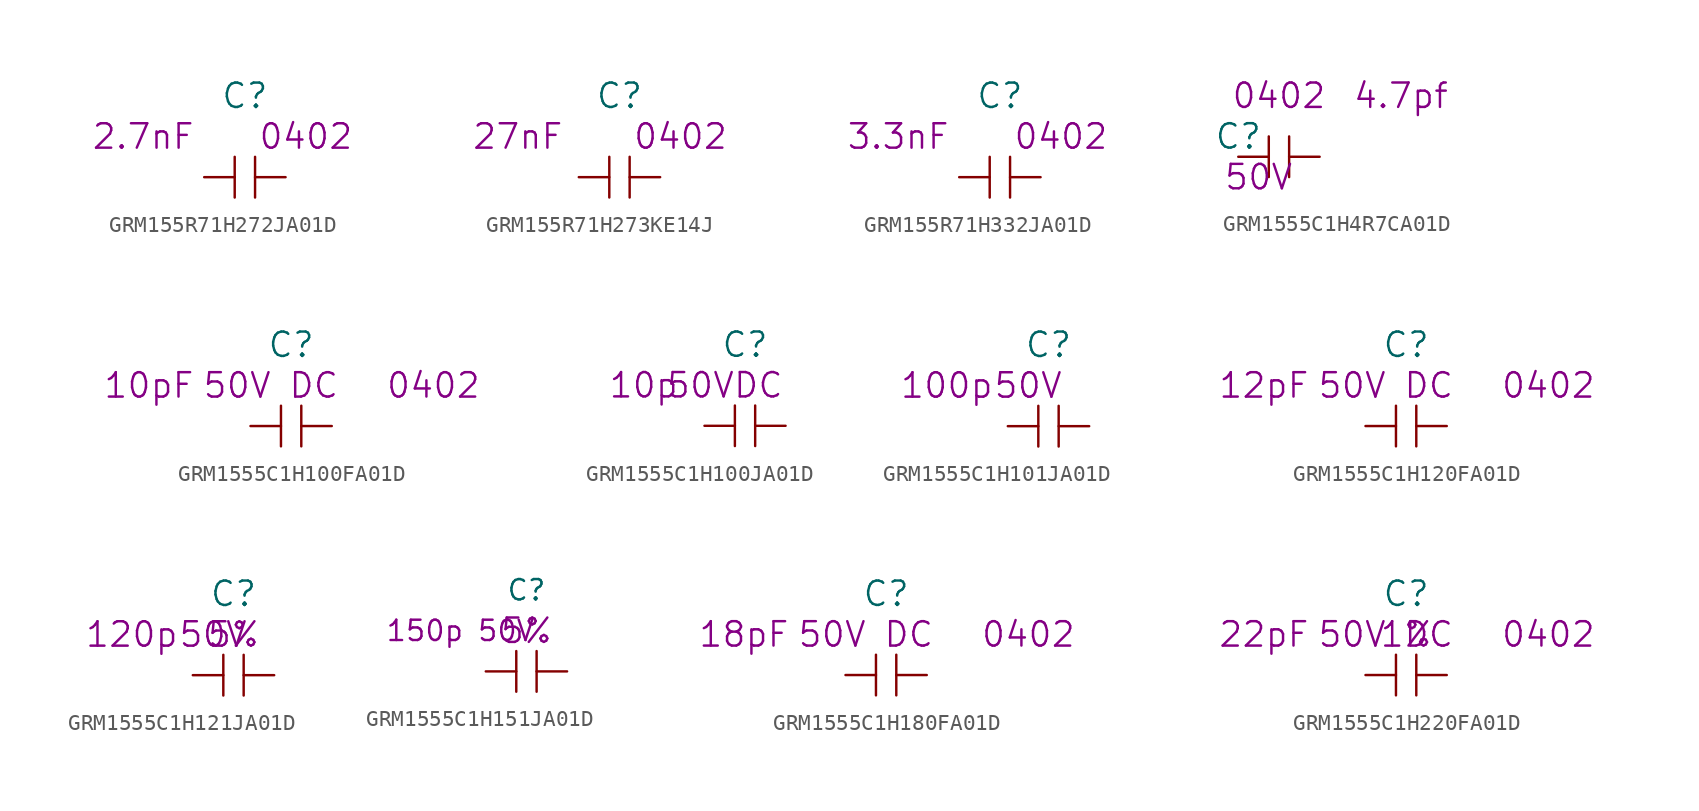
<source format=kicad_sym>
(kicad_symbol_lib
  (version 20220914)
  (generator kicad_symbol_editor)
  (symbol "GRM155R71H272JA01D"
    (pin_numbers hide)
    (pin_names
      (offset 1.016) hide)
    (property "Reference" "C"
      (at 0 5.08 0)
      (effects (font (size 1.524 1.524))))
    (property "Datasheet" ""
      (at 0 5.08 0)
      (effects (font (size 1.524 1.524))))
    (property "Value2" "2.7nF"
      (at -6.35 2.54 0)
      (effects (font (size 1.524 1.524))))
    (property "Size" "0402"
      (at 3.81 2.54 0)
      (effects (font (size 1.524 1.524))))
    (symbol "GRM155R71H272JA01D_0_1"
      (polyline (pts (xy -0.635 -1.27) (xy -0.635 1.27)) (stroke (width 0) (type solid)) (fill (type none)))
      (polyline (pts (xy 0.635 1.27) (xy 0.635 -1.27)) (stroke (width 0) (type solid)) (fill (type none))))
    (symbol "GRM155R71H272JA01D_1_1"
      (pin passive line (at -2.54 0 0) (length 1.905) (name "1" (effects (font (size 1.27 1.27)))) (number "1" (effects (font (size 1.27 1.27)))))
      (pin passive line (at 2.54 0 180) (length 1.905) (name "2" (effects (font (size 1.27 1.27)))) (number "2" (effects (font (size 1.27 1.27)))))))
  (symbol "GRM155R71H273KE14J"
    (pin_numbers hide)
    (pin_names
      (offset 1.016) hide)
    (property "Reference" "C"
      (at 0 5.08 0)
      (effects (font (size 1.524 1.524))))
    (property "Datasheet" ""
      (at 0 5.08 0)
      (effects (font (size 1.524 1.524))))
    (property "Value2" "27nF"
      (at -6.35 2.54 0)
      (effects (font (size 1.524 1.524))))
    (property "Size" "0402"
      (at 3.81 2.54 0)
      (effects (font (size 1.524 1.524))))
    (symbol "GRM155R71H273KE14J_0_1"
      (polyline (pts (xy -0.635 -1.27) (xy -0.635 1.27)) (stroke (width 0) (type solid)) (fill (type none)))
      (polyline (pts (xy 0.635 1.27) (xy 0.635 -1.27)) (stroke (width 0) (type solid)) (fill (type none))))
    (symbol "GRM155R71H273KE14J_1_1"
      (pin passive line (at -2.54 0 0) (length 1.905) (name "1" (effects (font (size 1.27 1.27)))) (number "1" (effects (font (size 1.27 1.27)))))
      (pin passive line (at 2.54 0 180) (length 1.905) (name "2" (effects (font (size 1.27 1.27)))) (number "2" (effects (font (size 1.27 1.27)))))))
  (symbol "GRM155R71H332JA01D"
    (pin_numbers hide)
    (pin_names
      (offset 1.016) hide)
    (property "Reference" "C"
      (at 0 5.08 0)
      (effects (font (size 1.524 1.524))))
    (property "Datasheet" ""
      (at 0 5.08 0)
      (effects (font (size 1.524 1.524))))
    (property "Value2" "3.3nF"
      (at -6.35 2.54 0)
      (effects (font (size 1.524 1.524))))
    (property "Size" "0402"
      (at 3.81 2.54 0)
      (effects (font (size 1.524 1.524))))
    (symbol "GRM155R71H332JA01D_0_1"
      (polyline (pts (xy -0.635 -1.27) (xy -0.635 1.27)) (stroke (width 0) (type solid)) (fill (type none)))
      (polyline (pts (xy 0.635 1.27) (xy 0.635 -1.27)) (stroke (width 0) (type solid)) (fill (type none))))
    (symbol "GRM155R71H332JA01D_1_1"
      (pin passive line (at -2.54 0 0) (length 1.905) (name "1" (effects (font (size 1.27 1.27)))) (number "1" (effects (font (size 1.27 1.27)))))
      (pin passive line (at 2.54 0 180) (length 1.905) (name "2" (effects (font (size 1.27 1.27)))) (number "2" (effects (font (size 1.27 1.27)))))))
  (symbol "GRM1555C1H4R7CA01D"
    (pin_numbers hide)
    (pin_names
      (offset 1.016) hide)
    (property "Reference" "C"
      (at -2.54 1.27 0)
      (effects (font (size 1.524 1.524))))
    (property "Size" "0402"
      (at 0 3.81 0)
      (effects (font (size 1.524 1.524))))
    (property "Volt" "50V"
      (at -1.27 -1.27 0)
      (effects (font (size 1.524 1.524))))
    (property "Value2" "4.7pf"
      (at 7.62 3.81 0)
      (effects (font (size 1.524 1.524))))
    (symbol "GRM1555C1H4R7CA01D_0_1"
      (polyline (pts (xy -0.635 -1.27) (xy -0.635 1.27)) (stroke (width 0) (type solid)) (fill (type none)))
      (polyline (pts (xy 0.635 1.27) (xy 0.635 -1.27)) (stroke (width 0) (type solid)) (fill (type none))))
    (symbol "GRM1555C1H4R7CA01D_1_1"
      (pin passive line (at -2.54 0 0) (length 1.905) (name "1" (effects (font (size 1.27 1.27)))) (number "1" (effects (font (size 1.27 1.27)))))
      (pin passive line (at 2.54 0 180) (length 1.905) (name "2" (effects (font (size 1.27 1.27)))) (number "2" (effects (font (size 1.27 1.27)))))))
  (symbol "GRM1555C1H100FA01D"
    (pin_numbers hide)
    (pin_names
      (offset 1.016) hide)
    (property "Reference" "C"
      (at 0 5.08 0)
      (effects (font (size 1.524 1.524))))
    (property "Datasheet" ""
      (at 0 0 0)
      (effects (font (size 1.524 1.524))))
    (property "Value2" "10pF"
      (at -8.89 2.54 0)
      (effects (font (size 1.524 1.524))))
    (property "Size" "0402"
      (at 8.89 2.54 0)
      (effects (font (size 1.524 1.524))))
    (property "Rating" "50V DC"
      (at -1.27 2.54 0)
      (effects (font (size 1.524 1.524))))
    (symbol "GRM1555C1H100FA01D_0_1"
      (polyline (pts (xy -0.635 -1.27) (xy -0.635 1.27)) (stroke (width 0) (type solid)) (fill (type none)))
      (polyline (pts (xy 0.635 1.27) (xy 0.635 -1.27)) (stroke (width 0) (type solid)) (fill (type none))))
    (symbol "GRM1555C1H100FA01D_1_1"
      (pin passive line (at -2.54 0 0) (length 1.905) (name "1" (effects (font (size 1.27 1.27)))) (number "1" (effects (font (size 1.27 1.27)))))
      (pin passive line (at 2.54 0 180) (length 1.905) (name "2" (effects (font (size 1.27 1.27)))) (number "2" (effects (font (size 1.27 1.27)))))))
  (symbol "GRM1555C1H100JA01D"
    (pin_numbers hide)
    (pin_names
      (offset 1.016) hide)
    (property "Reference" "C"
      (at 0 5.08 0)
      (effects (font (size 1.524 1.524))))
    (property "Datasheet" ""
      (at 0 5.08 0)
      (effects (font (size 1.524 1.524))))
    (property "Value2" "10p"
      (at -6.35 2.54 0)
      (effects (font (size 1.524 1.524))))
    (property "Rating" "50VDC"
      (at -1.27 2.54 0)
      (effects (font (size 1.524 1.524))))
    (symbol "GRM1555C1H100JA01D_0_1"
      (polyline (pts (xy -0.635 -1.27) (xy -0.635 1.27)) (stroke (width 0) (type solid)) (fill (type none)))
      (polyline (pts (xy 0.635 1.27) (xy 0.635 -1.27)) (stroke (width 0) (type solid)) (fill (type none))))
    (symbol "GRM1555C1H100JA01D_1_1"
      (pin passive line (at -2.54 0 0) (length 1.905) (name "1" (effects (font (size 1.27 1.27)))) (number "1" (effects (font (size 1.27 1.27)))))
      (pin passive line (at 2.54 0 180) (length 1.905) (name "2" (effects (font (size 1.27 1.27)))) (number "2" (effects (font (size 1.27 1.27)))))))
  (symbol "GRM1555C1H101JA01D"
    (pin_numbers hide)
    (pin_names
      (offset 1.016) hide)
    (property "Reference" "C"
      (at 0 5.08 0)
      (effects (font (size 1.524 1.524))))
    (property "Datasheet" ""
      (at 0 5.08 0)
      (effects (font (size 1.524 1.524))))
    (property "Value2" "100p"
      (at -6.35 2.54 0)
      (effects (font (size 1.524 1.524))))
    (property "Rating" "50V"
      (at -1.27 2.54 0)
      (effects (font (size 1.524 1.524))))
    (symbol "GRM1555C1H101JA01D_0_1"
      (polyline (pts (xy -0.635 -1.27) (xy -0.635 1.27)) (stroke (width 0) (type solid)) (fill (type none)))
      (polyline (pts (xy 0.635 1.27) (xy 0.635 -1.27)) (stroke (width 0) (type solid)) (fill (type none))))
    (symbol "GRM1555C1H101JA01D_1_1"
      (pin passive line (at -2.54 0 0) (length 1.905) (name "1" (effects (font (size 1.27 1.27)))) (number "1" (effects (font (size 1.27 1.27)))))
      (pin passive line (at 2.54 0 180) (length 1.905) (name "2" (effects (font (size 1.27 1.27)))) (number "2" (effects (font (size 1.27 1.27)))))))
  (symbol "GRM1555C1H120FA01D"
    (pin_numbers hide)
    (pin_names
      (offset 1.016) hide)
    (property "Reference" "C"
      (at 0 5.08 0)
      (effects (font (size 1.524 1.524))))
    (property "Datasheet" ""
      (at 0 0 0)
      (effects (font (size 1.524 1.524))))
    (property "Value2" "12pF"
      (at -8.89 2.54 0)
      (effects (font (size 1.524 1.524))))
    (property "Size" "0402"
      (at 8.89 2.54 0)
      (effects (font (size 1.524 1.524))))
    (property "Rating" "50V DC"
      (at -1.27 2.54 0)
      (effects (font (size 1.524 1.524))))
    (symbol "GRM1555C1H120FA01D_0_1"
      (polyline (pts (xy -0.635 -1.27) (xy -0.635 1.27)) (stroke (width 0) (type solid)) (fill (type none)))
      (polyline (pts (xy 0.635 1.27) (xy 0.635 -1.27)) (stroke (width 0) (type solid)) (fill (type none))))
    (symbol "GRM1555C1H120FA01D_1_1"
      (pin passive line (at -2.54 0 0) (length 1.905) (name "1" (effects (font (size 1.27 1.27)))) (number "1" (effects (font (size 1.27 1.27)))))
      (pin passive line (at 2.54 0 180) (length 1.905) (name "2" (effects (font (size 1.27 1.27)))) (number "2" (effects (font (size 1.27 1.27)))))))
  (symbol "GRM1555C1H121JA01D"
    (pin_numbers hide)
    (pin_names
      (offset 1.016) hide)
    (property "Reference" "C"
      (at 0 5.08 0)
      (effects (font (size 1.524 1.524))))
    (property "Datasheet" ""
      (at 0 5.08 0)
      (effects (font (size 1.524 1.524))))
    (property "Value2" "120p"
      (at -6.35 2.54 0)
      (effects (font (size 1.524 1.524))))
    (property "Rating" "50V"
      (at -1.27 2.54 0)
      (effects (font (size 1.524 1.524))))
    (property "Tolerance" "5%"
      (at 0 2.54 0)
      (effects (font (size 1.524 1.524))))
    (symbol "GRM1555C1H121JA01D_0_1"
      (polyline (pts (xy -0.635 -1.27) (xy -0.635 1.27)) (stroke (width 0) (type solid)) (fill (type none)))
      (polyline (pts (xy 0.635 1.27) (xy 0.635 -1.27)) (stroke (width 0) (type solid)) (fill (type none))))
    (symbol "GRM1555C1H121JA01D_1_1"
      (pin passive line (at -2.54 0 0) (length 1.905) (name "1" (effects (font (size 1.27 1.27)))) (number "1" (effects (font (size 1.27 1.27)))))
      (pin passive line (at 2.54 0 180) (length 1.905) (name "2" (effects (font (size 1.27 1.27)))) (number "2" (effects (font (size 1.27 1.27)))))))
  (symbol "GRM1555C1H151JA01D"
    (pin_numbers hide)
    (pin_names
      (offset 1.016) hide)
    (property "Reference" "C"
      (at 0 5.08 0)
      (effects (font (size 1.27 1.27))))
    (property "Datasheet" ""
      (at 0 5.08 0)
      (effects (font (size 1.524 1.524))))
    (property "Value2" "150p"
      (at -6.35 2.54 0)
      (effects (font (size 1.27 1.27))))
    (property "Rating" "50V"
      (at -1.27 2.54 0)
      (effects (font (size 1.27 1.27))))
    (property "Tolerance" "5%"
      (at 0 2.54 0)
      (effects (font (size 1.524 1.524))))
    (symbol "GRM1555C1H151JA01D_0_1"
      (polyline (pts (xy -0.635 -1.27) (xy -0.635 1.27)) (stroke (width 0) (type solid)) (fill (type none)))
      (polyline (pts (xy 0.635 1.27) (xy 0.635 -1.27)) (stroke (width 0) (type solid)) (fill (type none))))
    (symbol "GRM1555C1H151JA01D_1_1"
      (pin passive line (at -2.54 0 0) (length 1.905) (name "1" (effects (font (size 1.27 1.27)))) (number "1" (effects (font (size 1.27 1.27)))))
      (pin passive line (at 2.54 0 180) (length 1.905) (name "2" (effects (font (size 1.27 1.27)))) (number "2" (effects (font (size 1.27 1.27)))))))
  (symbol "GRM1555C1H180FA01D"
    (pin_numbers hide)
    (pin_names
      (offset 1.016) hide)
    (property "Reference" "C"
      (at 0 5.08 0)
      (effects (font (size 1.524 1.524))))
    (property "Datasheet" ""
      (at 0 0 0)
      (effects (font (size 1.524 1.524))))
    (property "Value2" "18pF"
      (at -8.89 2.54 0)
      (effects (font (size 1.524 1.524))))
    (property "Size" "0402"
      (at 8.89 2.54 0)
      (effects (font (size 1.524 1.524))))
    (property "Rating" "50V DC"
      (at -1.27 2.54 0)
      (effects (font (size 1.524 1.524))))
    (symbol "GRM1555C1H180FA01D_0_1"
      (polyline (pts (xy -0.635 -1.27) (xy -0.635 1.27)) (stroke (width 0) (type solid)) (fill (type none)))
      (polyline (pts (xy 0.635 1.27) (xy 0.635 -1.27)) (stroke (width 0) (type solid)) (fill (type none))))
    (symbol "GRM1555C1H180FA01D_1_1"
      (pin passive line (at -2.54 0 0) (length 1.905) (name "1" (effects (font (size 1.27 1.27)))) (number "1" (effects (font (size 1.27 1.27)))))
      (pin passive line (at 2.54 0 180) (length 1.905) (name "2" (effects (font (size 1.27 1.27)))) (number "2" (effects (font (size 1.27 1.27)))))))
  (symbol "GRM1555C1H220FA01D"
    (pin_numbers hide)
    (pin_names
      (offset 1.016) hide)
    (property "Reference" "C"
      (at 0 5.08 0)
      (effects (font (size 1.524 1.524))))
    (property "Datasheet" ""
      (at 0 0 0)
      (effects (font (size 1.524 1.524))))
    (property "Value2" "22pF"
      (at -8.89 2.54 0)
      (effects (font (size 1.524 1.524))))
    (property "Size" "0402"
      (at 8.89 2.54 0)
      (effects (font (size 1.524 1.524))))
    (property "Tolerance" "1%"
      (at 0 2.54 0)
      (effects (font (size 1.524 1.524))))
    (property "Rating" "50V DC"
      (at -1.27 2.54 0)
      (effects (font (size 1.524 1.524))))
    (symbol "GRM1555C1H220FA01D_0_1"
      (polyline (pts (xy -0.635 -1.27) (xy -0.635 1.27)) (stroke (width 0) (type solid)) (fill (type none)))
      (polyline (pts (xy 0.635 1.27) (xy 0.635 -1.27)) (stroke (width 0) (type solid)) (fill (type none))))
    (symbol "GRM1555C1H220FA01D_1_1"
      (pin passive line (at -2.54 0 0) (length 1.905) (name "1" (effects (font (size 1.27 1.27)))) (number "1" (effects (font (size 1.27 1.27)))))
      (pin passive line (at 2.54 0 180) (length 1.905) (name "2" (effects (font (size 1.27 1.27)))) (number "2" (effects (font (size 1.27 1.27))))))))
</source>
